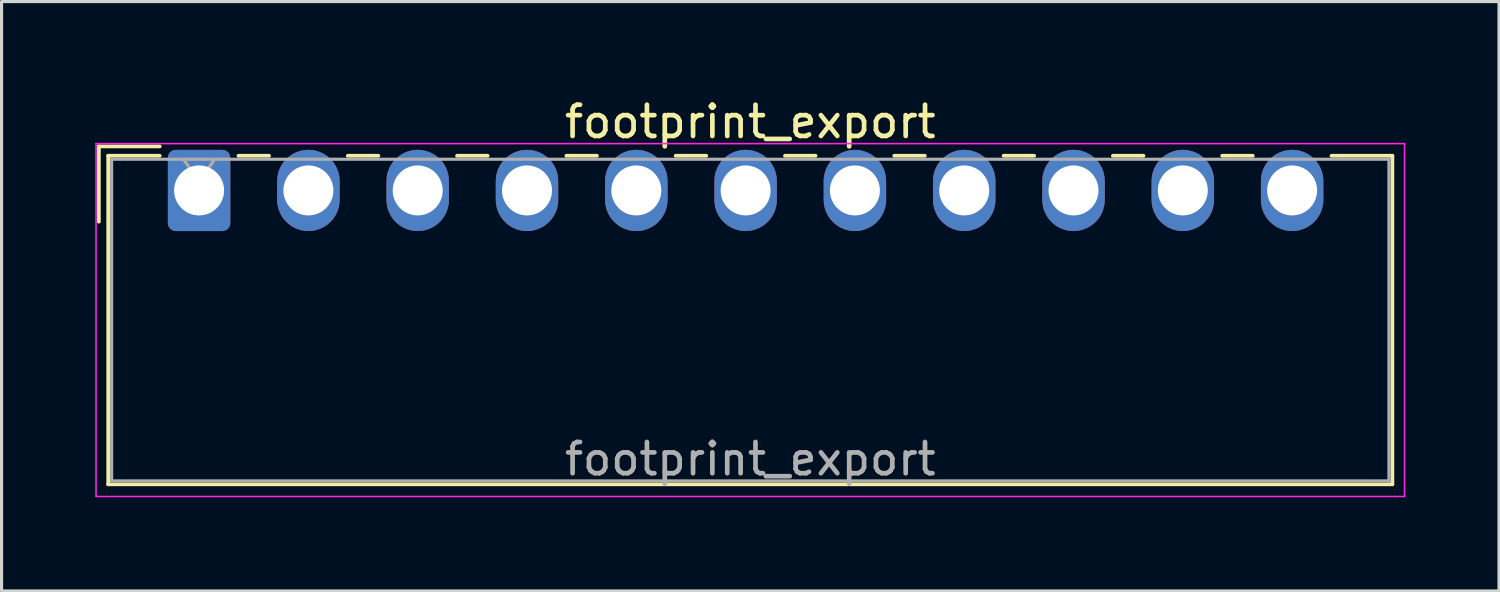
<source format=kicad_pcb>
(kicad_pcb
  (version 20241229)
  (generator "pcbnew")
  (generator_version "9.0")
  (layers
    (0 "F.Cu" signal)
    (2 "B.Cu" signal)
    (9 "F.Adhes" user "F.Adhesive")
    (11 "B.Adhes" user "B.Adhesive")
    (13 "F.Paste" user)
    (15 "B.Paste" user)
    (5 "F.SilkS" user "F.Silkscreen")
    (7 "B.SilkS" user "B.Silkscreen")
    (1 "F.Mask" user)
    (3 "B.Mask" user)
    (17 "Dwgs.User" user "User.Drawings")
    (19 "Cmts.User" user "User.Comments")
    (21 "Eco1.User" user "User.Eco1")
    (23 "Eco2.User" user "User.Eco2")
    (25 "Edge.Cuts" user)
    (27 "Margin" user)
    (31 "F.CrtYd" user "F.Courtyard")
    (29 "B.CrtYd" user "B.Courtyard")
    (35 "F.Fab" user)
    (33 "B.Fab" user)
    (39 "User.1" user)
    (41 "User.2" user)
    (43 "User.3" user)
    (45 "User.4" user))
  (footprint "footprint_export"
    (layer "F.Cu")
    (at 3.325 3.048)
    (property "Reference" "footprint_export" (at 17.65 -2.2 0) (layer "F.SilkS") (effects (font (size 1 1) (thickness 0.15))))
    (attr through_hole)
    (fp_line (start -3.21 -1.41) (end -1.26 -1.41) (stroke (width 0.12) (type solid)) (layer "F.SilkS"))
    (fp_line (start -3.21 1) (end -3.21 -1.41) (stroke (width 0.12) (type solid)) (layer "F.SilkS"))
    (fp_line (start -2.91 -1.11) (end -2.91 9.41) (stroke (width 0.12) (type solid)) (layer "F.SilkS"))
    (fp_line (start -2.91 9.41) (end 38.21 9.41) (stroke (width 0.12) (type solid)) (layer "F.SilkS"))
    (fp_line (start -1.26 -1.11) (end -2.91 -1.11) (stroke (width 0.12) (type solid)) (layer "F.SilkS"))
    (fp_line (start 1.26 -1.11) (end 2.24 -1.11) (stroke (width 0.12) (type solid)) (layer "F.SilkS"))
    (fp_line (start 4.76 -1.11) (end 5.74 -1.11) (stroke (width 0.12) (type solid)) (layer "F.SilkS"))
    (fp_line (start 8.26 -1.11) (end 9.24 -1.11) (stroke (width 0.12) (type solid)) (layer "F.SilkS"))
    (fp_line (start 11.76 -1.11) (end 12.74 -1.11) (stroke (width 0.12) (type solid)) (layer "F.SilkS"))
    (fp_line (start 15.26 -1.11) (end 16.24 -1.11) (stroke (width 0.12) (type solid)) (layer "F.SilkS"))
    (fp_line (start 18.76 -1.11) (end 19.74 -1.11) (stroke (width 0.12) (type solid)) (layer "F.SilkS"))
    (fp_line (start 22.26 -1.11) (end 23.24 -1.11) (stroke (width 0.12) (type solid)) (layer "F.SilkS"))
    (fp_line (start 25.76 -1.11) (end 26.74 -1.11) (stroke (width 0.12) (type solid)) (layer "F.SilkS"))
    (fp_line (start 29.26 -1.11) (end 30.24 -1.11) (stroke (width 0.12) (type solid)) (layer "F.SilkS"))
    (fp_line (start 32.76 -1.11) (end 33.74 -1.11) (stroke (width 0.12) (type solid)) (layer "F.SilkS"))
    (fp_line (start 38.21 -1.11) (end 36.26 -1.11) (stroke (width 0.12) (type solid)) (layer "F.SilkS"))
    (fp_line (start 38.21 9.41) (end 38.21 -1.11) (stroke (width 0.12) (type solid)) (layer "F.SilkS"))
    (fp_line (start -3.3 -1.5) (end -3.3 9.8) (stroke (width 0.05) (type solid)) (layer "F.CrtYd"))
    (fp_line (start -3.3 9.8) (end 38.6 9.8) (stroke (width 0.05) (type solid)) (layer "F.CrtYd"))
    (fp_line (start 38.6 -1.5) (end -3.3 -1.5) (stroke (width 0.05) (type solid)) (layer "F.CrtYd"))
    (fp_line (start 38.6 9.8) (end 38.6 -1.5) (stroke (width 0.05) (type solid)) (layer "F.CrtYd"))
    (fp_line (start -2.8 -1) (end -2.8 9.3) (stroke (width 0.1) (type solid)) (layer "F.Fab"))
    (fp_line (start -2.8 9.3) (end 38.1 9.3) (stroke (width 0.1) (type solid)) (layer "F.Fab"))
    (fp_line (start -0.5 -1) (end 0 -0.293) (stroke (width 0.1) (type solid)) (layer "F.Fab"))
    (fp_line (start 0 -0.293) (end 0.5 -1) (stroke (width 0.1) (type solid)) (layer "F.Fab"))
    (fp_line (start 38.1 -1) (end -2.8 -1) (stroke (width 0.1) (type solid)) (layer "F.Fab"))
    (fp_line (start 38.1 9.3) (end 38.1 -1) (stroke (width 0.1) (type solid)) (layer "F.Fab"))
    (fp_text user "${REFERENCE}" (at 17.65 8.6 0) (layer "F.Fab") (effects (font (size 1 1) (thickness 0.15))))
    (pad "1" thru_hole roundrect (at 0 0) (size 2 2.6) (drill 1.6) (layers "*.Cu" "*.Mask") (roundrect_rratio 0.125))
    (pad "2" thru_hole oval (at 3.5 0) (size 2 2.6) (drill 1.6) (layers "*.Cu" "*.Mask"))
    (pad "3" thru_hole oval (at 7 0) (size 2 2.6) (drill 1.6) (layers "*.Cu" "*.Mask"))
    (pad "4" thru_hole oval (at 10.5 0) (size 2 2.6) (drill 1.6) (layers "*.Cu" "*.Mask"))
    (pad "5" thru_hole oval (at 14 0) (size 2 2.6) (drill 1.6) (layers "*.Cu" "*.Mask"))
    (pad "6" thru_hole oval (at 17.5 0) (size 2 2.6) (drill 1.6) (layers "*.Cu" "*.Mask"))
    (pad "7" thru_hole oval (at 21 0) (size 2 2.6) (drill 1.6) (layers "*.Cu" "*.Mask"))
    (pad "8" thru_hole oval (at 24.5 0) (size 2 2.6) (drill 1.6) (layers "*.Cu" "*.Mask"))
    (pad "9" thru_hole oval (at 28 0) (size 2 2.6) (drill 1.6) (layers "*.Cu" "*.Mask"))
    (pad "10" thru_hole oval (at 31.5 0) (size 2 2.6) (drill 1.6) (layers "*.Cu" "*.Mask"))
    (pad "11" thru_hole oval (at 35 0) (size 2 2.6) (drill 1.6) (layers "*.Cu" "*.Mask")))
  (gr_rect
    (start -3 -3)
    (end 44.95 15.873)
    (stroke (width 0.1) (type default))
    (fill no)
    (layer "Edge.Cuts")))
</source>
